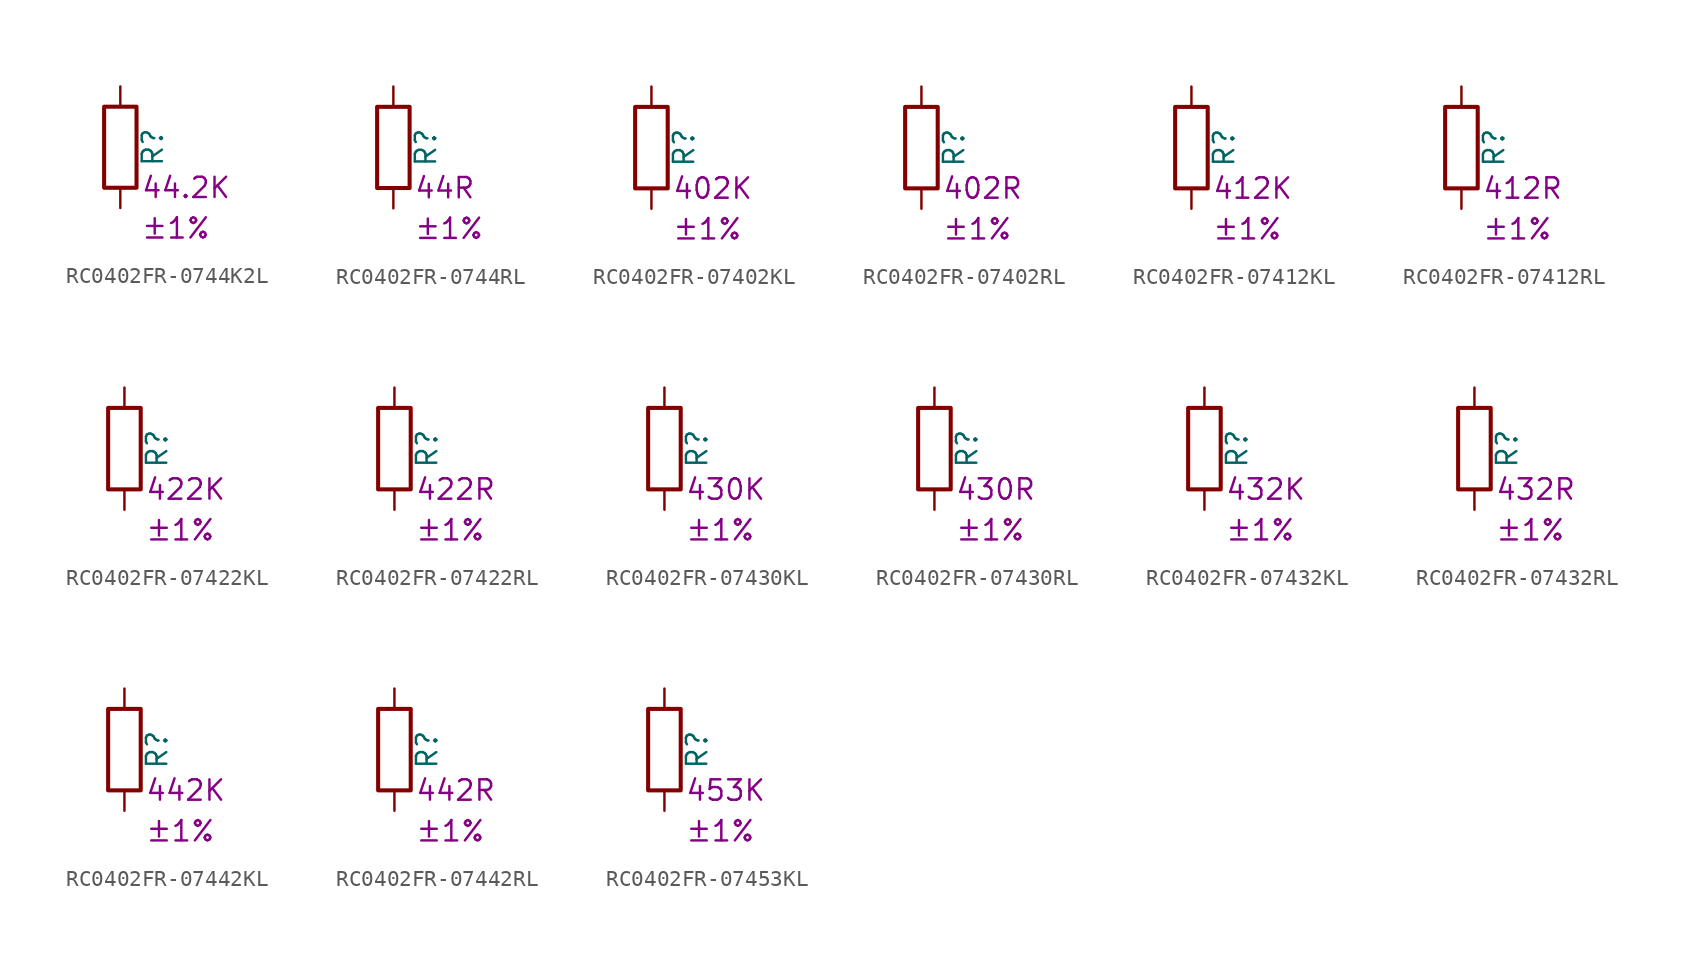
<source format=kicad_sym>
(kicad_symbol_lib
  (version 20220914)
  (generator kicad_symbol_editor)
  (symbol "RC0402FR-0744K2L"
    (pin_numbers hide)
    (pin_names
      (offset 0))
    (property "Reference" "R"
      (at 2.032 0 90)
      (effects (font (size 1.27 1.27))))
    (property "Resistance" "44.2K"
      (at 1.27 -2.54 0)
      (effects (font (size 1.27 1.27)) (justify left)))
    (property "Tolerance" "±1%"
      (at 1.27 -5.08 0)
      (effects (font (size 1.27 1.27)) (justify left)))
    (symbol "RC0402FR-0744K2L_0_1"
      (rectangle (start -1.016 -2.54) (end 1.016 2.54) (stroke (width 0.254) (type default)) (fill (type none))))
    (symbol "RC0402FR-0744K2L_1_1"
      (pin passive line (at 0 3.81 270) (length 1.27) (name "~" (effects (font (size 1.27 1.27)))) (number "1" (effects (font (size 1.27 1.27)))))
      (pin passive line (at 0 -3.81 90) (length 1.27) (name "~" (effects (font (size 1.27 1.27)))) (number "2" (effects (font (size 1.27 1.27)))))))
  (symbol "RC0402FR-0744RL"
    (pin_numbers hide)
    (pin_names
      (offset 0))
    (property "Reference" "R"
      (at 2.032 0 90)
      (effects (font (size 1.27 1.27))))
    (property "Resistance" "44R"
      (at 1.27 -2.54 0)
      (effects (font (size 1.27 1.27)) (justify left)))
    (property "Tolerance" "±1%"
      (at 1.27 -5.08 0)
      (effects (font (size 1.27 1.27)) (justify left)))
    (symbol "RC0402FR-0744RL_0_1"
      (rectangle (start -1.016 -2.54) (end 1.016 2.54) (stroke (width 0.254) (type default)) (fill (type none))))
    (symbol "RC0402FR-0744RL_1_1"
      (pin passive line (at 0 3.81 270) (length 1.27) (name "~" (effects (font (size 1.27 1.27)))) (number "1" (effects (font (size 1.27 1.27)))))
      (pin passive line (at 0 -3.81 90) (length 1.27) (name "~" (effects (font (size 1.27 1.27)))) (number "2" (effects (font (size 1.27 1.27)))))))
  (symbol "RC0402FR-07402KL"
    (pin_numbers hide)
    (pin_names
      (offset 0))
    (property "Reference" "R"
      (at 2.032 0 90)
      (effects (font (size 1.27 1.27))))
    (property "Resistance" "402K"
      (at 1.27 -2.54 0)
      (effects (font (size 1.27 1.27)) (justify left)))
    (property "Tolerance" "±1%"
      (at 1.27 -5.08 0)
      (effects (font (size 1.27 1.27)) (justify left)))
    (symbol "RC0402FR-07402KL_0_1"
      (rectangle (start -1.016 -2.54) (end 1.016 2.54) (stroke (width 0.254) (type default)) (fill (type none))))
    (symbol "RC0402FR-07402KL_1_1"
      (pin passive line (at 0 3.81 270) (length 1.27) (name "~" (effects (font (size 1.27 1.27)))) (number "1" (effects (font (size 1.27 1.27)))))
      (pin passive line (at 0 -3.81 90) (length 1.27) (name "~" (effects (font (size 1.27 1.27)))) (number "2" (effects (font (size 1.27 1.27)))))))
  (symbol "RC0402FR-07402RL"
    (pin_numbers hide)
    (pin_names
      (offset 0))
    (property "Reference" "R"
      (at 2.032 0 90)
      (effects (font (size 1.27 1.27))))
    (property "Resistance" "402R"
      (at 1.27 -2.54 0)
      (effects (font (size 1.27 1.27)) (justify left)))
    (property "Tolerance" "±1%"
      (at 1.27 -5.08 0)
      (effects (font (size 1.27 1.27)) (justify left)))
    (symbol "RC0402FR-07402RL_0_1"
      (rectangle (start -1.016 -2.54) (end 1.016 2.54) (stroke (width 0.254) (type default)) (fill (type none))))
    (symbol "RC0402FR-07402RL_1_1"
      (pin passive line (at 0 3.81 270) (length 1.27) (name "~" (effects (font (size 1.27 1.27)))) (number "1" (effects (font (size 1.27 1.27)))))
      (pin passive line (at 0 -3.81 90) (length 1.27) (name "~" (effects (font (size 1.27 1.27)))) (number "2" (effects (font (size 1.27 1.27)))))))
  (symbol "RC0402FR-07412KL"
    (pin_numbers hide)
    (pin_names
      (offset 0))
    (property "Reference" "R"
      (at 2.032 0 90)
      (effects (font (size 1.27 1.27))))
    (property "Resistance" "412K"
      (at 1.27 -2.54 0)
      (effects (font (size 1.27 1.27)) (justify left)))
    (property "Tolerance" "±1%"
      (at 1.27 -5.08 0)
      (effects (font (size 1.27 1.27)) (justify left)))
    (symbol "RC0402FR-07412KL_0_1"
      (rectangle (start -1.016 -2.54) (end 1.016 2.54) (stroke (width 0.254) (type default)) (fill (type none))))
    (symbol "RC0402FR-07412KL_1_1"
      (pin passive line (at 0 3.81 270) (length 1.27) (name "~" (effects (font (size 1.27 1.27)))) (number "1" (effects (font (size 1.27 1.27)))))
      (pin passive line (at 0 -3.81 90) (length 1.27) (name "~" (effects (font (size 1.27 1.27)))) (number "2" (effects (font (size 1.27 1.27)))))))
  (symbol "RC0402FR-07412RL"
    (pin_numbers hide)
    (pin_names
      (offset 0))
    (property "Reference" "R"
      (at 2.032 0 90)
      (effects (font (size 1.27 1.27))))
    (property "Resistance" "412R"
      (at 1.27 -2.54 0)
      (effects (font (size 1.27 1.27)) (justify left)))
    (property "Tolerance" "±1%"
      (at 1.27 -5.08 0)
      (effects (font (size 1.27 1.27)) (justify left)))
    (symbol "RC0402FR-07412RL_0_1"
      (rectangle (start -1.016 -2.54) (end 1.016 2.54) (stroke (width 0.254) (type default)) (fill (type none))))
    (symbol "RC0402FR-07412RL_1_1"
      (pin passive line (at 0 3.81 270) (length 1.27) (name "~" (effects (font (size 1.27 1.27)))) (number "1" (effects (font (size 1.27 1.27)))))
      (pin passive line (at 0 -3.81 90) (length 1.27) (name "~" (effects (font (size 1.27 1.27)))) (number "2" (effects (font (size 1.27 1.27)))))))
  (symbol "RC0402FR-07422KL"
    (pin_numbers hide)
    (pin_names
      (offset 0))
    (property "Reference" "R"
      (at 2.032 0 90)
      (effects (font (size 1.27 1.27))))
    (property "Resistance" "422K"
      (at 1.27 -2.54 0)
      (effects (font (size 1.27 1.27)) (justify left)))
    (property "Tolerance" "±1%"
      (at 1.27 -5.08 0)
      (effects (font (size 1.27 1.27)) (justify left)))
    (symbol "RC0402FR-07422KL_0_1"
      (rectangle (start -1.016 -2.54) (end 1.016 2.54) (stroke (width 0.254) (type default)) (fill (type none))))
    (symbol "RC0402FR-07422KL_1_1"
      (pin passive line (at 0 3.81 270) (length 1.27) (name "~" (effects (font (size 1.27 1.27)))) (number "1" (effects (font (size 1.27 1.27)))))
      (pin passive line (at 0 -3.81 90) (length 1.27) (name "~" (effects (font (size 1.27 1.27)))) (number "2" (effects (font (size 1.27 1.27)))))))
  (symbol "RC0402FR-07422RL"
    (pin_numbers hide)
    (pin_names
      (offset 0))
    (property "Reference" "R"
      (at 2.032 0 90)
      (effects (font (size 1.27 1.27))))
    (property "Resistance" "422R"
      (at 1.27 -2.54 0)
      (effects (font (size 1.27 1.27)) (justify left)))
    (property "Tolerance" "±1%"
      (at 1.27 -5.08 0)
      (effects (font (size 1.27 1.27)) (justify left)))
    (symbol "RC0402FR-07422RL_0_1"
      (rectangle (start -1.016 -2.54) (end 1.016 2.54) (stroke (width 0.254) (type default)) (fill (type none))))
    (symbol "RC0402FR-07422RL_1_1"
      (pin passive line (at 0 3.81 270) (length 1.27) (name "~" (effects (font (size 1.27 1.27)))) (number "1" (effects (font (size 1.27 1.27)))))
      (pin passive line (at 0 -3.81 90) (length 1.27) (name "~" (effects (font (size 1.27 1.27)))) (number "2" (effects (font (size 1.27 1.27)))))))
  (symbol "RC0402FR-07430KL"
    (pin_numbers hide)
    (pin_names
      (offset 0))
    (property "Reference" "R"
      (at 2.032 0 90)
      (effects (font (size 1.27 1.27))))
    (property "Resistance" "430K"
      (at 1.27 -2.54 0)
      (effects (font (size 1.27 1.27)) (justify left)))
    (property "Tolerance" "±1%"
      (at 1.27 -5.08 0)
      (effects (font (size 1.27 1.27)) (justify left)))
    (symbol "RC0402FR-07430KL_0_1"
      (rectangle (start -1.016 -2.54) (end 1.016 2.54) (stroke (width 0.254) (type default)) (fill (type none))))
    (symbol "RC0402FR-07430KL_1_1"
      (pin passive line (at 0 3.81 270) (length 1.27) (name "~" (effects (font (size 1.27 1.27)))) (number "1" (effects (font (size 1.27 1.27)))))
      (pin passive line (at 0 -3.81 90) (length 1.27) (name "~" (effects (font (size 1.27 1.27)))) (number "2" (effects (font (size 1.27 1.27)))))))
  (symbol "RC0402FR-07430RL"
    (pin_numbers hide)
    (pin_names
      (offset 0))
    (property "Reference" "R"
      (at 2.032 0 90)
      (effects (font (size 1.27 1.27))))
    (property "Resistance" "430R"
      (at 1.27 -2.54 0)
      (effects (font (size 1.27 1.27)) (justify left)))
    (property "Tolerance" "±1%"
      (at 1.27 -5.08 0)
      (effects (font (size 1.27 1.27)) (justify left)))
    (symbol "RC0402FR-07430RL_0_1"
      (rectangle (start -1.016 -2.54) (end 1.016 2.54) (stroke (width 0.254) (type default)) (fill (type none))))
    (symbol "RC0402FR-07430RL_1_1"
      (pin passive line (at 0 3.81 270) (length 1.27) (name "~" (effects (font (size 1.27 1.27)))) (number "1" (effects (font (size 1.27 1.27)))))
      (pin passive line (at 0 -3.81 90) (length 1.27) (name "~" (effects (font (size 1.27 1.27)))) (number "2" (effects (font (size 1.27 1.27)))))))
  (symbol "RC0402FR-07432KL"
    (pin_numbers hide)
    (pin_names
      (offset 0))
    (property "Reference" "R"
      (at 2.032 0 90)
      (effects (font (size 1.27 1.27))))
    (property "Resistance" "432K"
      (at 1.27 -2.54 0)
      (effects (font (size 1.27 1.27)) (justify left)))
    (property "Tolerance" "±1%"
      (at 1.27 -5.08 0)
      (effects (font (size 1.27 1.27)) (justify left)))
    (symbol "RC0402FR-07432KL_0_1"
      (rectangle (start -1.016 -2.54) (end 1.016 2.54) (stroke (width 0.254) (type default)) (fill (type none))))
    (symbol "RC0402FR-07432KL_1_1"
      (pin passive line (at 0 3.81 270) (length 1.27) (name "~" (effects (font (size 1.27 1.27)))) (number "1" (effects (font (size 1.27 1.27)))))
      (pin passive line (at 0 -3.81 90) (length 1.27) (name "~" (effects (font (size 1.27 1.27)))) (number "2" (effects (font (size 1.27 1.27)))))))
  (symbol "RC0402FR-07432RL"
    (pin_numbers hide)
    (pin_names
      (offset 0))
    (property "Reference" "R"
      (at 2.032 0 90)
      (effects (font (size 1.27 1.27))))
    (property "Resistance" "432R"
      (at 1.27 -2.54 0)
      (effects (font (size 1.27 1.27)) (justify left)))
    (property "Tolerance" "±1%"
      (at 1.27 -5.08 0)
      (effects (font (size 1.27 1.27)) (justify left)))
    (symbol "RC0402FR-07432RL_0_1"
      (rectangle (start -1.016 -2.54) (end 1.016 2.54) (stroke (width 0.254) (type default)) (fill (type none))))
    (symbol "RC0402FR-07432RL_1_1"
      (pin passive line (at 0 3.81 270) (length 1.27) (name "~" (effects (font (size 1.27 1.27)))) (number "1" (effects (font (size 1.27 1.27)))))
      (pin passive line (at 0 -3.81 90) (length 1.27) (name "~" (effects (font (size 1.27 1.27)))) (number "2" (effects (font (size 1.27 1.27)))))))
  (symbol "RC0402FR-07442KL"
    (pin_numbers hide)
    (pin_names
      (offset 0))
    (property "Reference" "R"
      (at 2.032 0 90)
      (effects (font (size 1.27 1.27))))
    (property "Resistance" "442K"
      (at 1.27 -2.54 0)
      (effects (font (size 1.27 1.27)) (justify left)))
    (property "Tolerance" "±1%"
      (at 1.27 -5.08 0)
      (effects (font (size 1.27 1.27)) (justify left)))
    (symbol "RC0402FR-07442KL_0_1"
      (rectangle (start -1.016 -2.54) (end 1.016 2.54) (stroke (width 0.254) (type default)) (fill (type none))))
    (symbol "RC0402FR-07442KL_1_1"
      (pin passive line (at 0 3.81 270) (length 1.27) (name "~" (effects (font (size 1.27 1.27)))) (number "1" (effects (font (size 1.27 1.27)))))
      (pin passive line (at 0 -3.81 90) (length 1.27) (name "~" (effects (font (size 1.27 1.27)))) (number "2" (effects (font (size 1.27 1.27)))))))
  (symbol "RC0402FR-07442RL"
    (pin_numbers hide)
    (pin_names
      (offset 0))
    (property "Reference" "R"
      (at 2.032 0 90)
      (effects (font (size 1.27 1.27))))
    (property "Resistance" "442R"
      (at 1.27 -2.54 0)
      (effects (font (size 1.27 1.27)) (justify left)))
    (property "Tolerance" "±1%"
      (at 1.27 -5.08 0)
      (effects (font (size 1.27 1.27)) (justify left)))
    (symbol "RC0402FR-07442RL_0_1"
      (rectangle (start -1.016 -2.54) (end 1.016 2.54) (stroke (width 0.254) (type default)) (fill (type none))))
    (symbol "RC0402FR-07442RL_1_1"
      (pin passive line (at 0 3.81 270) (length 1.27) (name "~" (effects (font (size 1.27 1.27)))) (number "1" (effects (font (size 1.27 1.27)))))
      (pin passive line (at 0 -3.81 90) (length 1.27) (name "~" (effects (font (size 1.27 1.27)))) (number "2" (effects (font (size 1.27 1.27)))))))
  (symbol "RC0402FR-07453KL"
    (pin_numbers hide)
    (pin_names
      (offset 0))
    (property "Reference" "R"
      (at 2.032 0 90)
      (effects (font (size 1.27 1.27))))
    (property "Resistance" "453K"
      (at 1.27 -2.54 0)
      (effects (font (size 1.27 1.27)) (justify left)))
    (property "Tolerance" "±1%"
      (at 1.27 -5.08 0)
      (effects (font (size 1.27 1.27)) (justify left)))
    (symbol "RC0402FR-07453KL_0_1"
      (rectangle (start -1.016 -2.54) (end 1.016 2.54) (stroke (width 0.254) (type default)) (fill (type none))))
    (symbol "RC0402FR-07453KL_1_1"
      (pin passive line (at 0 3.81 270) (length 1.27) (name "~" (effects (font (size 1.27 1.27)))) (number "1" (effects (font (size 1.27 1.27)))))
      (pin passive line (at 0 -3.81 90) (length 1.27) (name "~" (effects (font (size 1.27 1.27)))) (number "2" (effects (font (size 1.27 1.27))))))))
</source>
